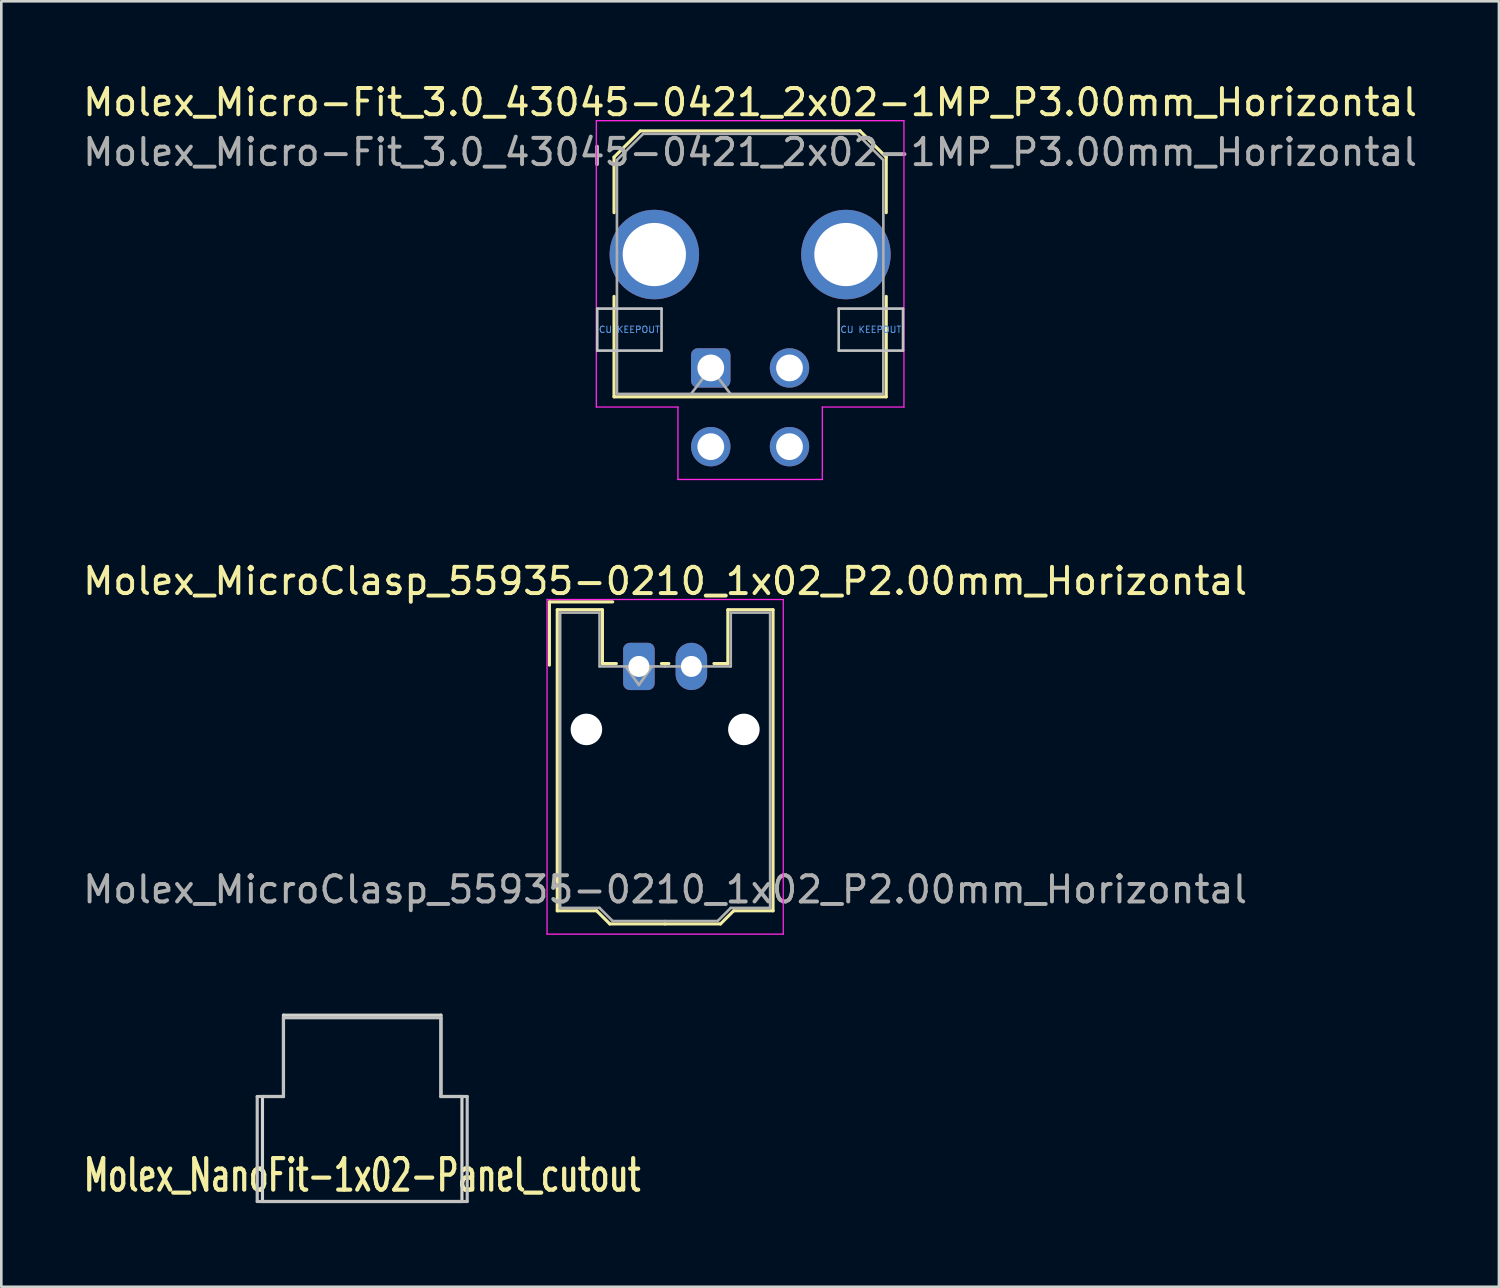
<source format=kicad_pcb>
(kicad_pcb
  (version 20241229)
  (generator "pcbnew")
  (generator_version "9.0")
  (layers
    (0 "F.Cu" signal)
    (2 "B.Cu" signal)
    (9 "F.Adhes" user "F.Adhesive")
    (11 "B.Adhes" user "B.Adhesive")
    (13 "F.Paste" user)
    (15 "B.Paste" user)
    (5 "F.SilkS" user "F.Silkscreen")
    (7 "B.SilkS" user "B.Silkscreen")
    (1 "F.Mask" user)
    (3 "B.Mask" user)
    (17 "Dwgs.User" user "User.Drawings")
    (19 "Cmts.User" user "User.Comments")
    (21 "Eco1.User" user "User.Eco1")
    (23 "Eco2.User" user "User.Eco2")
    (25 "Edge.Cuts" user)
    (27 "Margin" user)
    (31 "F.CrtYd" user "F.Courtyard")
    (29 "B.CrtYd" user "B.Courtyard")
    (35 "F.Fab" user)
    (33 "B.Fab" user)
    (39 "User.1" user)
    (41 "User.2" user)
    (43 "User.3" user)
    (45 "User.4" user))
  (footprint "Molex_Micro-Fit_3.0_43045-0421_2x02-1MP_P3.00mm_Horizontal"
    (layer "F.Cu")
    (at 24.03 10.968)
    (property "Reference" "Molex_Micro-Fit_3.0_43045-0421_2x02-1MP_P3.00mm_Horizontal" (at 1.5 -10.12 0) (layer "F.SilkS") (effects (font (size 1 1) (thickness 0.15))))
    (attr through_hole)
    (fp_line (start -3.685 -8.03) (end -2.685 -9.03) (stroke (width 0.12) (type solid)) (layer "F.SilkS"))
    (fp_line (start -3.685 -5.915) (end -3.685 -8.03) (stroke (width 0.12) (type solid)) (layer "F.SilkS"))
    (fp_line (start -3.685 -2.725) (end -3.685 1.1) (stroke (width 0.12) (type solid)) (layer "F.SilkS"))
    (fp_line (start -3.685 1.1) (end 6.685 1.1) (stroke (width 0.12) (type solid)) (layer "F.SilkS"))
    (fp_line (start -2.685 -9.03) (end 5.685 -9.03) (stroke (width 0.12) (type solid)) (layer "F.SilkS"))
    (fp_line (start 5.685 -9.03) (end 6.685 -8.03) (stroke (width 0.12) (type solid)) (layer "F.SilkS"))
    (fp_line (start 6.685 -8.03) (end 6.685 -5.915) (stroke (width 0.12) (type solid)) (layer "F.SilkS"))
    (fp_line (start 6.685 1.1) (end 6.685 -2.725) (stroke (width 0.12) (type solid)) (layer "F.SilkS"))
    (fp_line (start -4.325 -2.26) (end -4.325 -0.66) (stroke (width 0.1) (type solid)) (layer "Dwgs.User"))
    (fp_line (start -4.325 -0.66) (end -1.875 -0.66) (stroke (width 0.1) (type solid)) (layer "Dwgs.User"))
    (fp_line (start -1.875 -2.26) (end -4.325 -2.26) (stroke (width 0.1) (type solid)) (layer "Dwgs.User"))
    (fp_line (start -1.875 -0.66) (end -1.875 -2.26) (stroke (width 0.1) (type solid)) (layer "Dwgs.User"))
    (fp_line (start 4.875 -2.26) (end 4.875 -0.66) (stroke (width 0.1) (type solid)) (layer "Dwgs.User"))
    (fp_line (start 4.875 -0.66) (end 7.325 -0.66) (stroke (width 0.1) (type solid)) (layer "Dwgs.User"))
    (fp_line (start 7.325 -2.26) (end 4.875 -2.26) (stroke (width 0.1) (type solid)) (layer "Dwgs.User"))
    (fp_line (start 7.325 -0.66) (end 7.325 -2.26) (stroke (width 0.1) (type solid)) (layer "Dwgs.User"))
    (fp_line (start -4.36 -9.42) (end 7.36 -9.42) (stroke (width 0.05) (type solid)) (layer "F.CrtYd"))
    (fp_line (start -4.36 1.49) (end -4.36 -9.42) (stroke (width 0.05) (type solid)) (layer "F.CrtYd"))
    (fp_line (start -1.25 1.49) (end -4.36 1.49) (stroke (width 0.05) (type solid)) (layer "F.CrtYd"))
    (fp_line (start -1.25 4.25) (end -1.25 1.49) (stroke (width 0.05) (type solid)) (layer "F.CrtYd"))
    (fp_line (start 4.25 1.49) (end 4.25 4.25) (stroke (width 0.05) (type solid)) (layer "F.CrtYd"))
    (fp_line (start 4.25 4.25) (end -1.25 4.25) (stroke (width 0.05) (type solid)) (layer "F.CrtYd"))
    (fp_line (start 7.36 -9.42) (end 7.36 1.49) (stroke (width 0.05) (type solid)) (layer "F.CrtYd"))
    (fp_line (start 7.36 1.49) (end 4.25 1.49) (stroke (width 0.05) (type solid)) (layer "F.CrtYd"))
    (fp_line (start -3.575 -7.92) (end -2.575 -8.92) (stroke (width 0.1) (type solid)) (layer "F.Fab"))
    (fp_line (start -3.575 0.99) (end -3.575 -7.92) (stroke (width 0.1) (type solid)) (layer "F.Fab"))
    (fp_line (start -2.575 -8.92) (end 5.575 -8.92) (stroke (width 0.1) (type solid)) (layer "F.Fab"))
    (fp_line (start -0.75 0.99) (end 0 0) (stroke (width 0.1) (type solid)) (layer "F.Fab"))
    (fp_line (start 0 0) (end 0.75 0.99) (stroke (width 0.1) (type solid)) (layer "F.Fab"))
    (fp_line (start 5.575 -8.92) (end 6.575 -7.92) (stroke (width 0.1) (type solid)) (layer "F.Fab"))
    (fp_line (start 6.575 -7.92) (end 6.575 0.99) (stroke (width 0.1) (type solid)) (layer "F.Fab"))
    (fp_line (start 6.575 0.99) (end -3.575 0.99) (stroke (width 0.1) (type solid)) (layer "F.Fab"))
    (fp_text user "CU KEEPOUT" (at 6.1 -1.46 0) (layer "Cmts.User") (effects (font (size 0.245 0.245) (thickness 0.037))))
    (fp_text user "CU KEEPOUT" (at -3.1 -1.46 0) (layer "Cmts.User") (effects (font (size 0.245 0.245) (thickness 0.037))))
    (fp_text user "${REFERENCE}" (at 1.5 -8.22 0) (layer "F.Fab") (effects (font (size 1 1) (thickness 0.15))))
    (pad "1" thru_hole roundrect (at 0 0) (size 1.5 1.5) (drill 1.02) (layers "*.Cu" "*.Mask") (roundrect_rratio 0.167))
    (pad "2" thru_hole circle (at 3 0) (size 1.5 1.5) (drill 1.02) (layers "*.Cu" "*.Mask"))
    (pad "3" thru_hole circle (at 0 3) (size 1.5 1.5) (drill 1.02) (layers "*.Cu" "*.Mask"))
    (pad "4" thru_hole circle (at 3 3) (size 1.5 1.5) (drill 1.02) (layers "*.Cu" "*.Mask"))
    (pad "MP" thru_hole circle (at -2.15 -4.32) (size 3.41 3.41) (drill 2.41) (layers "*.Cu" "*.Mask"))
    (pad "MP" thru_hole circle (at 5.15 -4.32) (size 3.41 3.41) (drill 2.41) (layers "*.Cu" "*.Mask")))
  (footprint "Molex_NanoFit-1x02-Panel_cutout"
    (layer "F.Cu")
    (at 10.75 42.727)
    (property "Reference" "Molex_NanoFit-1x02-Panel_cutout" (at 0 -1 0) (layer "F.SilkS") (effects (font (size 1.2 0.8) (thickness 0.16))))
    (attr exclude_from_pos_files exclude_from_bom)
    (fp_line (start -4 -4) (end -3 -4) (stroke (width 0.12) (type solid)) (layer "Dwgs.User"))
    (fp_line (start -4 0) (end -4 -4) (stroke (width 0.12) (type solid)) (layer "Dwgs.User"))
    (fp_line (start -3 -7) (end 3 -7) (stroke (width 0.12) (type solid)) (layer "Dwgs.User"))
    (fp_line (start -3 -4) (end -3 -7) (stroke (width 0.12) (type solid)) (layer "Dwgs.User"))
    (fp_line (start 3 -7) (end 3 -4) (stroke (width 0.12) (type solid)) (layer "Dwgs.User"))
    (fp_line (start 3 -4) (end 4 -4) (stroke (width 0.12) (type solid)) (layer "Dwgs.User"))
    (fp_line (start 4 -4) (end 4 0) (stroke (width 0.12) (type solid)) (layer "Dwgs.User"))
    (fp_line (start 4 0) (end -4 0) (stroke (width 0.12) (type solid)) (layer "Dwgs.User"))
    (fp_line (start -3.8 -4) (end -3 -4) (stroke (width 0.12) (type solid)) (layer "Edge.Cuts"))
    (fp_line (start -3.8 0) (end -3.8 -4) (stroke (width 0.12) (type solid)) (layer "Edge.Cuts"))
    (fp_line (start -3 -7.1) (end 3 -7.1) (stroke (width 0.12) (type solid)) (layer "Edge.Cuts"))
    (fp_line (start -3 -4) (end -3 -7.1) (stroke (width 0.12) (type solid)) (layer "Edge.Cuts"))
    (fp_line (start 3 -7.1) (end 3 -4) (stroke (width 0.12) (type solid)) (layer "Edge.Cuts"))
    (fp_line (start 3 -4) (end 3.8 -4) (stroke (width 0.12) (type solid)) (layer "Edge.Cuts"))
    (fp_line (start 3.8 -4) (end 3.8 0) (stroke (width 0.12) (type solid)) (layer "Edge.Cuts"))
    (fp_line (start 3.8 0) (end -3.8 0) (stroke (width 0.12) (type solid)) (layer "Edge.Cuts")))
  (footprint "Molex_MicroClasp_55935-0210_1x02_P2.00mm_Horizontal"
    (layer "F.Cu")
    (at 21.292 22.341)
    (property "Reference" "Molex_MicroClasp_55935-0210_1x02_P2.00mm_Horizontal" (at 1 -3.25 0) (layer "F.SilkS") (effects (font (size 1 1) (thickness 0.15))))
    (attr through_hole)
    (fp_line (start -3.41 -2.46) (end -1 -2.46) (stroke (width 0.12) (type solid)) (layer "F.SilkS"))
    (fp_line (start -3.41 -0.05) (end -3.41 -2.46) (stroke (width 0.12) (type solid)) (layer "F.SilkS"))
    (fp_line (start -3.11 -2.16) (end -1.39 -2.16) (stroke (width 0.12) (type solid)) (layer "F.SilkS"))
    (fp_line (start -3.11 9.31) (end -3.11 -2.16) (stroke (width 0.12) (type solid)) (layer "F.SilkS"))
    (fp_line (start -1.61 9.31) (end -3.11 9.31) (stroke (width 0.12) (type solid)) (layer "F.SilkS"))
    (fp_line (start -1.39 -2.16) (end -1.39 -0.11) (stroke (width 0.12) (type solid)) (layer "F.SilkS"))
    (fp_line (start -1.39 -0.11) (end -0.86 -0.11) (stroke (width 0.12) (type solid)) (layer "F.SilkS"))
    (fp_line (start -1.11 9.81) (end -1.61 9.31) (stroke (width 0.12) (type solid)) (layer "F.SilkS"))
    (fp_line (start 0.86 -0.11) (end 1.14 -0.11) (stroke (width 0.12) (type solid)) (layer "F.SilkS"))
    (fp_line (start 1 9.81) (end -1.11 9.81) (stroke (width 0.12) (type solid)) (layer "F.SilkS"))
    (fp_line (start 1 9.81) (end 3.11 9.81) (stroke (width 0.12) (type solid)) (layer "F.SilkS"))
    (fp_line (start 3.11 9.81) (end 3.61 9.31) (stroke (width 0.12) (type solid)) (layer "F.SilkS"))
    (fp_line (start 3.39 -2.16) (end 3.39 -0.11) (stroke (width 0.12) (type solid)) (layer "F.SilkS"))
    (fp_line (start 3.39 -0.11) (end 2.86 -0.11) (stroke (width 0.12) (type solid)) (layer "F.SilkS"))
    (fp_line (start 3.61 9.31) (end 5.11 9.31) (stroke (width 0.12) (type solid)) (layer "F.SilkS"))
    (fp_line (start 5.11 -2.16) (end 3.39 -2.16) (stroke (width 0.12) (type solid)) (layer "F.SilkS"))
    (fp_line (start 5.11 9.31) (end 5.11 -2.16) (stroke (width 0.12) (type solid)) (layer "F.SilkS"))
    (fp_line (start -3.5 -2.55) (end -3.5 10.2) (stroke (width 0.05) (type solid)) (layer "F.CrtYd"))
    (fp_line (start -3.5 10.2) (end 5.5 10.2) (stroke (width 0.05) (type solid)) (layer "F.CrtYd"))
    (fp_line (start 5.5 -2.55) (end -3.5 -2.55) (stroke (width 0.05) (type solid)) (layer "F.CrtYd"))
    (fp_line (start 5.5 10.2) (end 5.5 -2.55) (stroke (width 0.05) (type solid)) (layer "F.CrtYd"))
    (fp_line (start -3 -2.05) (end -1.5 -2.05) (stroke (width 0.1) (type solid)) (layer "F.Fab"))
    (fp_line (start -3 9.2) (end -3 -2.05) (stroke (width 0.1) (type solid)) (layer "F.Fab"))
    (fp_line (start -1.5 -2.05) (end -1.5 0) (stroke (width 0.1) (type solid)) (layer "F.Fab"))
    (fp_line (start -1.5 0) (end 1 0) (stroke (width 0.1) (type solid)) (layer "F.Fab"))
    (fp_line (start -1.5 9.2) (end -3 9.2) (stroke (width 0.1) (type solid)) (layer "F.Fab"))
    (fp_line (start -1 9.7) (end -1.5 9.2) (stroke (width 0.1) (type solid)) (layer "F.Fab"))
    (fp_line (start -0.5 0) (end 0 0.707) (stroke (width 0.1) (type solid)) (layer "F.Fab"))
    (fp_line (start 0 0.707) (end 0.5 0) (stroke (width 0.1) (type solid)) (layer "F.Fab"))
    (fp_line (start 1 9.7) (end -1 9.7) (stroke (width 0.1) (type solid)) (layer "F.Fab"))
    (fp_line (start 1 9.7) (end 3 9.7) (stroke (width 0.1) (type solid)) (layer "F.Fab"))
    (fp_line (start 3 9.7) (end 3.5 9.2) (stroke (width 0.1) (type solid)) (layer "F.Fab"))
    (fp_line (start 3.5 -2.05) (end 3.5 0) (stroke (width 0.1) (type solid)) (layer "F.Fab"))
    (fp_line (start 3.5 0) (end 1 0) (stroke (width 0.1) (type solid)) (layer "F.Fab"))
    (fp_line (start 3.5 9.2) (end 5 9.2) (stroke (width 0.1) (type solid)) (layer "F.Fab"))
    (fp_line (start 5 -2.05) (end 3.5 -2.05) (stroke (width 0.1) (type solid)) (layer "F.Fab"))
    (fp_line (start 5 9.2) (end 5 -2.05) (stroke (width 0.1) (type solid)) (layer "F.Fab"))
    (fp_text user "${REFERENCE}" (at 1 8.5 0) (layer "F.Fab") (effects (font (size 1 1) (thickness 0.15))))
    (pad "" np_thru_hole circle (at -2 2.4) (size 1.2 1.2) (drill 1.2) (layers "*.Cu" "*.Mask"))
    (pad "" np_thru_hole circle (at 4 2.4) (size 1.2 1.2) (drill 1.2) (layers "*.Cu" "*.Mask"))
    (pad "1" thru_hole roundrect (at 0 0) (size 1.2 1.8) (drill 0.8) (layers "*.Cu" "*.Mask") (roundrect_rratio 0.208))
    (pad "2" thru_hole oval (at 2 0) (size 1.2 1.8) (drill 0.8) (layers "*.Cu" "*.Mask")))
  (gr_rect
    (start -3 -3)
    (end 54.06 45.977)
    (stroke (width 0.1) (type default))
    (fill no)
    (layer "Edge.Cuts")))
</source>
